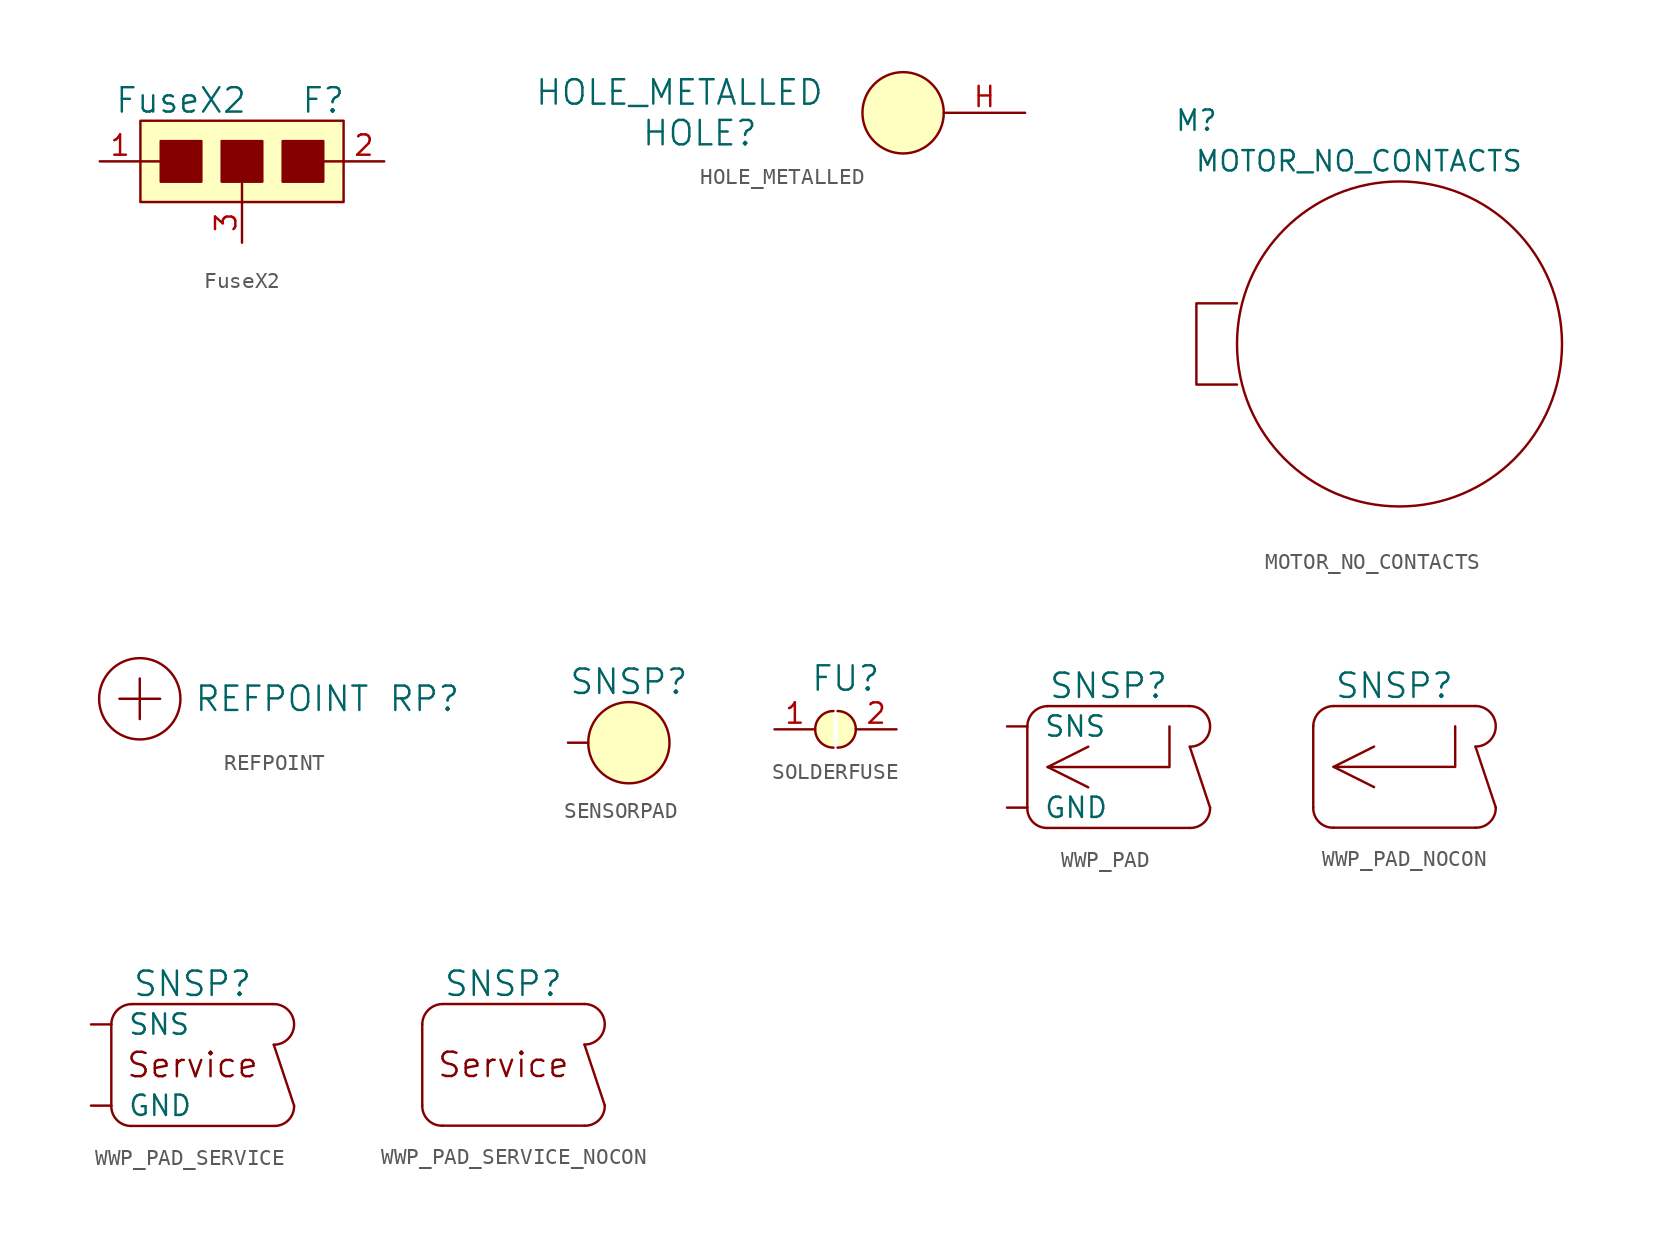
<source format=kicad_sym>
(kicad_symbol_lib
  (version 20201005)
  (generator kicad_symbol_editor)
  (symbol "FuseX2"
    (pin_names
      (offset 1.016))
    (property "Reference" "F"
      (at 5.08 3.81 0)
      (effects (font (size 1.524 1.524))))
    (property "Value" "FuseX2"
      (at -3.81 3.81 0)
      (effects (font (size 1.524 1.524))))
    (property "Footprint" ""
      (at 0 0 0)
      (effects (font (size 1.524 1.524))))
    (property "Datasheet" ""
      (at 0 0 0)
      (effects (font (size 1.524 1.524))))
    (symbol "FuseX2_0_1"
      (rectangle (start -2.54 1.27) (end -5.08 -1.27) (stroke (width 0)) (fill (type outline)))
      (rectangle (start -1.27 1.27) (end 1.27 -1.27) (stroke (width 0)) (fill (type outline)))
      (rectangle (start 2.54 1.27) (end 5.08 -1.27) (stroke (width 0)) (fill (type outline)))
      (rectangle (start -6.35 2.54) (end 6.35 -2.54) (stroke (width 0)) (fill (type background)))
      (polyline (pts (xy -6.35 0) (xy -5.08 0)) (stroke (width 0)) (fill (type none)))
      (polyline (pts (xy 0 -1.27) (xy 0 -2.54)) (stroke (width 0)) (fill (type none)))
      (polyline (pts (xy 5.08 0) (xy 6.35 0)) (stroke (width 0)) (fill (type none))))
    (symbol "FuseX2_1_1"
      (pin passive line (at -8.89 0 0) (length 2.54) (name "~" (effects (font (size 1.27 1.27)))) (number "1" (effects (font (size 1.27 1.27)))))
      (pin passive line (at 8.89 0 180) (length 2.54) (name "~" (effects (font (size 1.27 1.27)))) (number "2" (effects (font (size 1.27 1.27)))))
      (pin passive line (at 0 -5.08 90) (length 2.54) (name "~" (effects (font (size 1.27 1.27)))) (number "3" (effects (font (size 1.27 1.27)))))))
  (symbol "HOLE_METALLED"
    (pin_names
      (offset 1.016))
    (property "Reference" "HOLE"
      (at -12.7 -1.27 0)
      (effects (font (size 1.524 1.524))))
    (property "Value" "HOLE_METALLED"
      (at -13.97 1.27 0)
      (effects (font (size 1.524 1.524))))
    (symbol "HOLE_METALLED_0_1"
      (circle (center 0 0) (radius 2.54) (stroke (width 0)) (fill (type background))))
    (symbol "HOLE_METALLED_1_1"
      (pin passive line (at 7.62 0 180) (length 5.08) (name "~" (effects (font (size 1.27 1.27)))) (number "H" (effects (font (size 1.27 1.27)))))))
  (symbol "MOTOR_NO_CONTACTS"
    (pin_names
      (offset 1.016))
    (property "Reference" "M"
      (at -12.7 13.97 0)
      (effects (font (size 1.27 1.27))))
    (property "Value" "MOTOR_NO_CONTACTS"
      (at -2.54 11.43 0)
      (effects (font (size 1.27 1.27))))
    (symbol "MOTOR_NO_CONTACTS_0_1"
      (circle (center 0 0) (radius 10.16) (stroke (width 0)) (fill (type none)))
      (polyline (pts (xy -10.16 -2.54) (xy -12.7 -2.54) (xy -12.7 2.54) (xy -10.16 2.54)) (stroke (width 0)) (fill (type none)))))
  (symbol "REFPOINT"
    (pin_names
      (offset 1.016))
    (property "Reference" "RP"
      (at 17.78 0 0)
      (effects (font (size 1.524 1.524))))
    (property "Value" "REFPOINT"
      (at 8.89 0 0)
      (effects (font (size 1.524 1.524))))
    (symbol "REFPOINT_0_1"
      (circle (center 0 0) (radius 2.54) (stroke (width 0)) (fill (type none)))
      (polyline (pts (xy -1.27 0) (xy 1.27 0) (xy 1.27 0)) (stroke (width 0)) (fill (type none)))
      (polyline (pts (xy 0 1.27) (xy 0 -1.27) (xy 0 -1.27)) (stroke (width 0)) (fill (type none)))))
  (symbol "SENSORPAD"
    (pin_numbers hide)
    (pin_names
      (offset 1.016))
    (property "Reference" "SNSP"
      (at 0 3.81 0)
      (effects (font (size 1.524 1.524))))
    (property "Footprint" ""
      (at 0 0 0)
      (effects (font (size 1.524 1.524))))
    (property "Datasheet" ""
      (at 0 0 0)
      (effects (font (size 1.524 1.524))))
    (symbol "SENSORPAD_0_1"
      (circle (center 0 0) (radius 2.54) (stroke (width 0)) (fill (type background))))
    (symbol "SENSORPAD_1_1"
      (pin passive line (at -3.81 0 0) (length 1.27) (name "~" (effects (font (size 1.27 1.27)))) (number "1" (effects (font (size 1.27 1.27)))))))
  (symbol "SOLDERFUSE"
    (pin_names
      (offset 1.016))
    (property "Reference" "FU"
      (at 0.635 3.175 0)
      (effects (font (size 1.524 1.524))))
    (property "Footprint" ""
      (at 0 0 0)
      (effects (font (size 1.524 1.524))))
    (property "Datasheet" ""
      (at 0 0 0)
      (effects (font (size 1.524 1.524))))
    (symbol "SOLDERFUSE_0_1"
      (arc (start -0.127 1.143) (end -0.127 -1.143) (radius (at -0.127 0) (length 1.143) (angles 90.1 -90.1)) (stroke (width 0)) (fill (type background)))
      (arc (start 0.127 -1.143) (end 0.127 1.143) (radius (at 0.127 0) (length 1.143) (angles -89.9 89.9)) (stroke (width 0)) (fill (type background))))
    (symbol "SOLDERFUSE_1_1"
      (pin passive line (at -3.81 0 0) (length 2.54) (name "~" (effects (font (size 1.27 1.27)))) (number "1" (effects (font (size 1.27 1.27)))))
      (pin passive line (at 3.81 0 180) (length 2.54) (name "~" (effects (font (size 1.27 1.27)))) (number "2" (effects (font (size 1.27 1.27)))))))
  (symbol "WWP_PAD"
    (pin_numbers hide)
    (pin_names
      (offset 1.016))
    (property "Reference" "SNSP"
      (at 0 5.08 0)
      (effects (font (size 1.524 1.524))))
    (property "Footprint" ""
      (at 0 0 0)
      (effects (font (size 1.524 1.524))))
    (property "Datasheet" ""
      (at 0 0 0)
      (effects (font (size 1.524 1.524))))
    (symbol "WWP_PAD_0_1"
      (arc (start -5.08 -2.54) (end -3.81 -3.81) (radius (at -3.8354 -2.54) (length 1.2446) (angles 180 -88.8)) (stroke (width 0)) (fill (type none)))
      (arc (start -5.08 2.54) (end -3.81 3.81) (radius (at -3.8354 2.54) (length 1.2446) (angles 180 88.8)) (stroke (width 0)) (fill (type none)))
      (arc (start 5.08 -3.81) (end 6.35 -2.54) (radius (at 5.08 -2.5654) (length 1.2446) (angles -90 1.1)) (stroke (width 0)) (fill (type none)))
      (arc (start 5.08 1.27) (end 5.08 3.81) (radius (at 5.08 2.54) (length 1.27) (angles -89.9 89.9)) (stroke (width 0)) (fill (type none)))
      (polyline (pts (xy -5.08 2.54) (xy -5.08 -2.54) (xy -5.08 -2.54)) (stroke (width 0)) (fill (type none)))
      (polyline (pts (xy -3.81 -3.81) (xy 5.08 -3.81) (xy 5.08 -3.81)) (stroke (width 0)) (fill (type none)))
      (polyline (pts (xy -3.81 0) (xy -1.27 -1.27) (xy -1.27 -1.27)) (stroke (width 0)) (fill (type none)))
      (polyline (pts (xy 5.08 1.27) (xy 6.35 -2.54) (xy 6.35 -2.54)) (stroke (width 0)) (fill (type none)))
      (polyline (pts (xy 5.08 3.81) (xy -3.81 3.81) (xy -3.81 3.81)) (stroke (width 0)) (fill (type none)))
      (polyline (pts (xy 3.81 2.54) (xy 3.81 0) (xy -3.81 0) (xy -1.27 1.27) (xy -1.27 1.27)) (stroke (width 0)) (fill (type none))))
    (symbol "WWP_PAD_1_1"
      (pin passive line (at -6.35 2.54 0) (length 1.27) (name "SNS" (effects (font (size 1.27 1.27)))) (number "1" (effects (font (size 1.27 1.27)))))
      (pin passive line (at -6.35 -2.54 0) (length 1.27) (name "GND" (effects (font (size 1.27 1.27)))) (number "GND" (effects (font (size 1.27 1.27)))))))
  (symbol "WWP_PAD_NOCON"
    (pin_numbers hide)
    (pin_names
      (offset 1.016))
    (property "Reference" "SNSP"
      (at 0 5.08 0)
      (effects (font (size 1.524 1.524))))
    (property "Footprint" ""
      (at 0 0 0)
      (effects (font (size 1.524 1.524))))
    (property "Datasheet" ""
      (at 0 0 0)
      (effects (font (size 1.524 1.524))))
    (symbol "WWP_PAD_NOCON_0_1"
      (arc (start -5.08 -2.54) (end -3.81 -3.81) (radius (at -3.8354 -2.54) (length 1.2446) (angles 180 -88.8)) (stroke (width 0)) (fill (type none)))
      (arc (start -5.08 2.54) (end -3.81 3.81) (radius (at -3.8354 2.54) (length 1.2446) (angles 180 88.8)) (stroke (width 0)) (fill (type none)))
      (arc (start 5.08 -3.81) (end 6.35 -2.54) (radius (at 5.08 -2.5654) (length 1.2446) (angles -90 1.1)) (stroke (width 0)) (fill (type none)))
      (arc (start 5.08 1.27) (end 5.08 3.81) (radius (at 5.08 2.54) (length 1.27) (angles -89.9 89.9)) (stroke (width 0)) (fill (type none)))
      (polyline (pts (xy -5.08 2.54) (xy -5.08 -2.54) (xy -5.08 -2.54)) (stroke (width 0)) (fill (type none)))
      (polyline (pts (xy -3.81 -3.81) (xy 5.08 -3.81) (xy 5.08 -3.81)) (stroke (width 0)) (fill (type none)))
      (polyline (pts (xy -3.81 0) (xy -1.27 -1.27) (xy -1.27 -1.27)) (stroke (width 0)) (fill (type none)))
      (polyline (pts (xy 5.08 1.27) (xy 6.35 -2.54) (xy 6.35 -2.54)) (stroke (width 0)) (fill (type none)))
      (polyline (pts (xy 5.08 3.81) (xy -3.81 3.81) (xy -3.81 3.81)) (stroke (width 0)) (fill (type none)))
      (polyline (pts (xy 3.81 2.54) (xy 3.81 0) (xy -3.81 0) (xy -1.27 1.27) (xy -1.27 1.27)) (stroke (width 0)) (fill (type none)))))
  (symbol "WWP_PAD_SERVICE"
    (pin_numbers hide)
    (pin_names
      (offset 1.016))
    (property "Reference" "SNSP"
      (at 0 5.08 0)
      (effects (font (size 1.524 1.524))))
    (property "Footprint" ""
      (at 0 0 0)
      (effects (font (size 1.524 1.524))))
    (property "Datasheet" ""
      (at 0 0 0)
      (effects (font (size 1.524 1.524))))
    (symbol "WWP_PAD_SERVICE_0_0"
      (text "Service" (at 0 0 0) (effects (font (size 1.524 1.524)))))
    (symbol "WWP_PAD_SERVICE_0_1"
      (arc (start -5.08 -2.54) (end -3.81 -3.81) (radius (at -3.8354 -2.54) (length 1.2446) (angles 180 -88.8)) (stroke (width 0)) (fill (type none)))
      (arc (start -5.08 2.54) (end -3.81 3.81) (radius (at -3.8354 2.54) (length 1.2446) (angles 180 88.8)) (stroke (width 0)) (fill (type none)))
      (arc (start 5.08 -3.81) (end 6.35 -2.54) (radius (at 5.08 -2.5654) (length 1.2446) (angles -90 1.1)) (stroke (width 0)) (fill (type none)))
      (arc (start 5.08 1.27) (end 5.08 3.81) (radius (at 5.08 2.54) (length 1.27) (angles -89.9 89.9)) (stroke (width 0)) (fill (type none)))
      (polyline (pts (xy -5.08 2.54) (xy -5.08 -2.54) (xy -5.08 -2.54)) (stroke (width 0)) (fill (type none)))
      (polyline (pts (xy -3.81 -3.81) (xy 5.08 -3.81) (xy 5.08 -3.81)) (stroke (width 0)) (fill (type none)))
      (polyline (pts (xy 5.08 1.27) (xy 6.35 -2.54) (xy 6.35 -2.54)) (stroke (width 0)) (fill (type none)))
      (polyline (pts (xy 5.08 3.81) (xy -3.81 3.81) (xy -3.81 3.81)) (stroke (width 0)) (fill (type none))))
    (symbol "WWP_PAD_SERVICE_1_1"
      (pin passive line (at -6.35 2.54 0) (length 1.27) (name "SNS" (effects (font (size 1.27 1.27)))) (number "1" (effects (font (size 1.27 1.27)))))
      (pin passive line (at -6.35 -2.54 0) (length 1.27) (name "GND" (effects (font (size 1.27 1.27)))) (number "GND" (effects (font (size 1.27 1.27)))))))
  (symbol "WWP_PAD_SERVICE_NOCON"
    (pin_numbers hide)
    (pin_names
      (offset 1.016))
    (property "Reference" "SNSP"
      (at 0 5.08 0)
      (effects (font (size 1.524 1.524))))
    (property "Footprint" ""
      (at 0 0 0)
      (effects (font (size 1.524 1.524))))
    (property "Datasheet" ""
      (at 0 0 0)
      (effects (font (size 1.524 1.524))))
    (symbol "WWP_PAD_SERVICE_NOCON_0_0"
      (text "Service" (at 0 0 0) (effects (font (size 1.524 1.524)))))
    (symbol "WWP_PAD_SERVICE_NOCON_0_1"
      (arc (start -5.08 -2.54) (end -3.81 -3.81) (radius (at -3.8354 -2.54) (length 1.2446) (angles 180 -88.8)) (stroke (width 0)) (fill (type none)))
      (arc (start -5.08 2.54) (end -3.81 3.81) (radius (at -3.8354 2.54) (length 1.2446) (angles 180 88.8)) (stroke (width 0)) (fill (type none)))
      (arc (start 5.08 -3.81) (end 6.35 -2.54) (radius (at 5.08 -2.5654) (length 1.2446) (angles -90 1.1)) (stroke (width 0)) (fill (type none)))
      (arc (start 5.08 1.27) (end 5.08 3.81) (radius (at 5.08 2.54) (length 1.27) (angles -89.9 89.9)) (stroke (width 0)) (fill (type none)))
      (polyline (pts (xy -5.08 2.54) (xy -5.08 -2.54) (xy -5.08 -2.54)) (stroke (width 0)) (fill (type none)))
      (polyline (pts (xy -3.81 -3.81) (xy 5.08 -3.81) (xy 5.08 -3.81)) (stroke (width 0)) (fill (type none)))
      (polyline (pts (xy 5.08 1.27) (xy 6.35 -2.54) (xy 6.35 -2.54)) (stroke (width 0)) (fill (type none)))
      (polyline (pts (xy 5.08 3.81) (xy -3.81 3.81) (xy -3.81 3.81)) (stroke (width 0)) (fill (type none))))))
</source>
